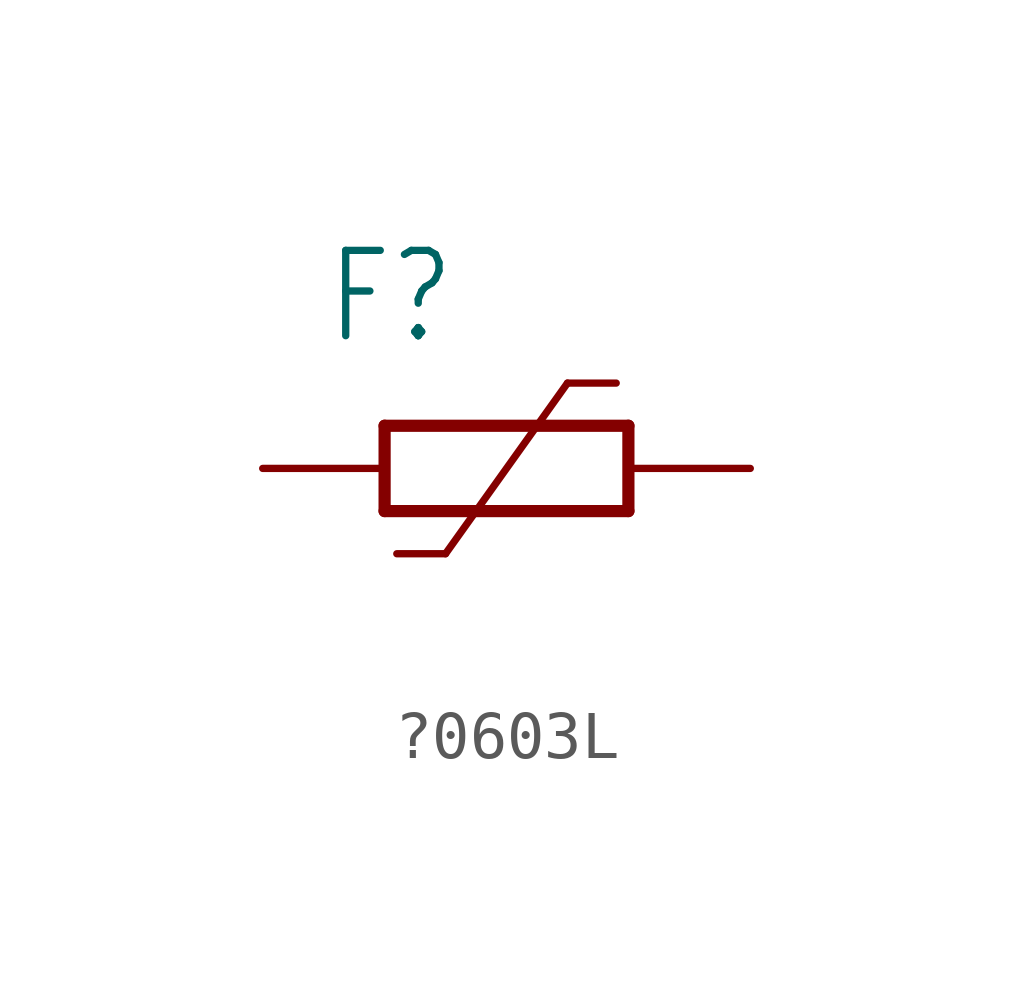
<source format=kicad_sym>
(kicad_symbol_lib
  (version 20231120)
  (generator "kicad_symbol_editor")
  (generator_version "8.0")
  (symbol "?0603L"
    (property "Reference" "F"
      (at -3.81 2.54 0)
      (effects (font (size 1.778 1.511)) (justify left bottom)))
    (property "Value" ""
      (at -3.81 -3.81 0)
      (effects (font (size 1.778 1.511)) (justify left bottom)))
    (property "ki_locked" ""
      (at 0 0 0)
      (effects (font (size 1.27 1.27))))
    (symbol "?0603L_1_0"
      (polyline (pts (xy -2.54 -0.889) (xy 2.54 -0.889)) (stroke (width 0.254) (type solid)) (fill (type none)))
      (polyline (pts (xy -2.54 0.889) (xy -2.54 -0.889)) (stroke (width 0.254) (type solid)) (fill (type none)))
      (polyline (pts (xy -1.27 -1.778) (xy -2.286 -1.778)) (stroke (width 0.152) (type solid)) (fill (type none)))
      (polyline (pts (xy 1.27 1.778) (xy -1.27 -1.778)) (stroke (width 0.152) (type solid)) (fill (type none)))
      (polyline (pts (xy 1.27 1.778) (xy 2.286 1.778)) (stroke (width 0.152) (type solid)) (fill (type none)))
      (polyline (pts (xy 2.54 0.889) (xy -2.54 0.889)) (stroke (width 0.254) (type solid)) (fill (type none)))
      (polyline (pts (xy 2.54 0.889) (xy 2.54 -0.889)) (stroke (width 0.254) (type solid)) (fill (type none)))
      (pin passive line (at 5.08 0 180) (length 2.54) (name "1" (effects (font (size 0 0)))) (number "1" (effects (font (size 0 0)))))
      (pin passive line (at -5.08 0 0) (length 2.54) (name "2" (effects (font (size 0 0)))) (number "2" (effects (font (size 0 0))))))))
</source>
